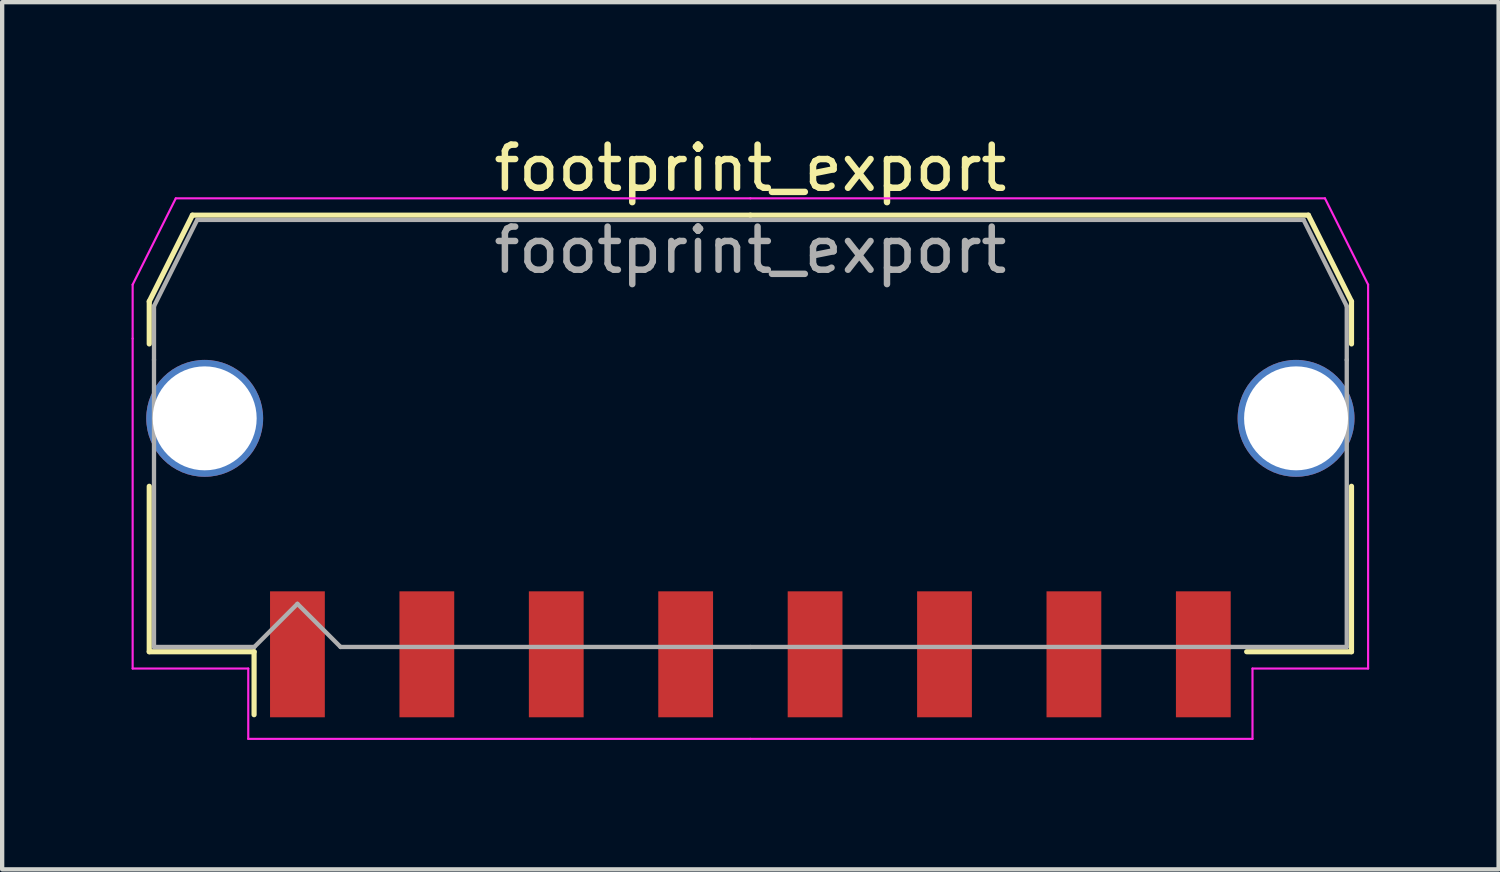
<source format=kicad_pcb>
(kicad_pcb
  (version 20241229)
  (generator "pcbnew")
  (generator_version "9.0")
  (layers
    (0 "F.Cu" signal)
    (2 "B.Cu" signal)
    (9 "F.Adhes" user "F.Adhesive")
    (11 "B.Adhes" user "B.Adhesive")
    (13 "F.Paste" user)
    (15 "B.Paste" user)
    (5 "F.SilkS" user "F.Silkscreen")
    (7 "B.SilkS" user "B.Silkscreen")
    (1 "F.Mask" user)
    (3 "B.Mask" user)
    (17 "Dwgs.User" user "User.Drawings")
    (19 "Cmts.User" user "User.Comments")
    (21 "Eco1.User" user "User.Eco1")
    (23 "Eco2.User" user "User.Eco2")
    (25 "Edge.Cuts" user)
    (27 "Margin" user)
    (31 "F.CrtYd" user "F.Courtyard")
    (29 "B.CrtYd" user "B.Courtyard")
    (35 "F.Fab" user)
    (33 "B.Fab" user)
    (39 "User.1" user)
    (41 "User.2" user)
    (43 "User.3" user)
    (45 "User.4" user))
  (footprint "footprint_export"
    (layer "F.Cu")
    (at 14.345 6.998)
    (property "Reference" "footprint_export" (at 0 -6.15 0) (layer "F.SilkS") (effects (font (size 1 1) (thickness 0.15))))
    (attr smd)
    (fp_line (start -13.935 -3.06) (end -13.935 -2.075) (stroke (width 0.12) (type solid)) (layer "F.SilkS"))
    (fp_line (start -13.935 1.225) (end -13.935 5.06) (stroke (width 0.12) (type solid)) (layer "F.SilkS"))
    (fp_line (start -13.935 5.06) (end -11.505 5.06) (stroke (width 0.12) (type solid)) (layer "F.SilkS"))
    (fp_line (start -12.935 -5.06) (end -13.935 -3.06) (stroke (width 0.12) (type solid)) (layer "F.SilkS"))
    (fp_line (start -11.505 5.06) (end -11.505 6.52) (stroke (width 0.12) (type solid)) (layer "F.SilkS"))
    (fp_line (start 0 -5.06) (end -12.935 -5.06) (stroke (width 0.12) (type solid)) (layer "F.SilkS"))
    (fp_line (start 0 -5.06) (end 12.935 -5.06) (stroke (width 0.12) (type solid)) (layer "F.SilkS"))
    (fp_line (start 12.935 -5.06) (end 13.935 -3.06) (stroke (width 0.12) (type solid)) (layer "F.SilkS"))
    (fp_line (start 13.935 -3.06) (end 13.935 -2.075) (stroke (width 0.12) (type solid)) (layer "F.SilkS"))
    (fp_line (start 13.935 1.225) (end 13.935 5.06) (stroke (width 0.12) (type solid)) (layer "F.SilkS"))
    (fp_line (start 13.935 5.06) (end 11.505 5.06) (stroke (width 0.12) (type solid)) (layer "F.SilkS"))
    (fp_line (start -14.32 -3.45) (end -14.32 -2.2) (stroke (width 0.05) (type solid)) (layer "F.CrtYd"))
    (fp_line (start -14.32 -2.2) (end -14.32 5.45) (stroke (width 0.05) (type solid)) (layer "F.CrtYd"))
    (fp_line (start -14.32 5.45) (end -11.64 5.45) (stroke (width 0.05) (type solid)) (layer "F.CrtYd"))
    (fp_line (start -13.32 -5.45) (end -14.32 -3.45) (stroke (width 0.05) (type solid)) (layer "F.CrtYd"))
    (fp_line (start -11.64 5.45) (end -11.64 7.08) (stroke (width 0.05) (type solid)) (layer "F.CrtYd"))
    (fp_line (start -11.64 7.08) (end 0 7.08) (stroke (width 0.05) (type solid)) (layer "F.CrtYd"))
    (fp_line (start 0 -5.45) (end -13.32 -5.45) (stroke (width 0.05) (type solid)) (layer "F.CrtYd"))
    (fp_line (start 0 -5.45) (end 13.32 -5.45) (stroke (width 0.05) (type solid)) (layer "F.CrtYd"))
    (fp_line (start 11.64 5.45) (end 11.64 7.08) (stroke (width 0.05) (type solid)) (layer "F.CrtYd"))
    (fp_line (start 11.64 7.08) (end 0 7.08) (stroke (width 0.05) (type solid)) (layer "F.CrtYd"))
    (fp_line (start 13.32 -5.45) (end 14.32 -3.45) (stroke (width 0.05) (type solid)) (layer "F.CrtYd"))
    (fp_line (start 14.32 -3.45) (end 14.32 -2.2) (stroke (width 0.05) (type solid)) (layer "F.CrtYd"))
    (fp_line (start 14.32 -2.2) (end 14.32 5.45) (stroke (width 0.05) (type solid)) (layer "F.CrtYd"))
    (fp_line (start 14.32 5.45) (end 11.64 5.45) (stroke (width 0.05) (type solid)) (layer "F.CrtYd"))
    (fp_line (start -13.825 -2.95) (end -13.825 -1.705) (stroke (width 0.1) (type solid)) (layer "F.Fab"))
    (fp_line (start -13.825 -1.705) (end -13.825 4.95) (stroke (width 0.1) (type solid)) (layer "F.Fab"))
    (fp_line (start -13.825 4.95) (end -11.5 4.95) (stroke (width 0.1) (type solid)) (layer "F.Fab"))
    (fp_line (start -12.825 -4.95) (end -13.825 -2.95) (stroke (width 0.1) (type solid)) (layer "F.Fab"))
    (fp_line (start -11.5 4.95) (end -10.5 3.95) (stroke (width 0.1) (type solid)) (layer "F.Fab"))
    (fp_line (start -10.5 3.95) (end -9.5 4.95) (stroke (width 0.1) (type solid)) (layer "F.Fab"))
    (fp_line (start -9.5 4.95) (end 0 4.95) (stroke (width 0.1) (type solid)) (layer "F.Fab"))
    (fp_line (start 0 -4.95) (end -12.825 -4.95) (stroke (width 0.1) (type solid)) (layer "F.Fab"))
    (fp_line (start 0 -4.95) (end 12.825 -4.95) (stroke (width 0.1) (type solid)) (layer "F.Fab"))
    (fp_line (start 11.135 4.95) (end 0 4.95) (stroke (width 0.1) (type solid)) (layer "F.Fab"))
    (fp_line (start 12.825 -4.95) (end 13.825 -2.95) (stroke (width 0.1) (type solid)) (layer "F.Fab"))
    (fp_line (start 13.825 -2.95) (end 13.825 -1.705) (stroke (width 0.1) (type solid)) (layer "F.Fab"))
    (fp_line (start 13.825 -1.705) (end 13.825 4.95) (stroke (width 0.1) (type solid)) (layer "F.Fab"))
    (fp_line (start 13.825 4.95) (end 11.135 4.95) (stroke (width 0.1) (type solid)) (layer "F.Fab"))
    (fp_text user "${REFERENCE}" (at 0 -4.25 0) (layer "F.Fab") (effects (font (size 1 1) (thickness 0.15))))
    (pad "1" smd rect (at -10.5 5.12) (size 1.27 2.92) (layers "F.Cu" "F.Mask" "F.Paste"))
    (pad "2" smd rect (at -7.5 5.12) (size 1.27 2.92) (layers "F.Cu" "F.Mask" "F.Paste"))
    (pad "3" smd rect (at -4.5 5.12) (size 1.27 2.92) (layers "F.Cu" "F.Mask" "F.Paste"))
    (pad "4" smd rect (at -1.5 5.12) (size 1.27 2.92) (layers "F.Cu" "F.Mask" "F.Paste"))
    (pad "5" smd rect (at 1.5 5.12) (size 1.27 2.92) (layers "F.Cu" "F.Mask" "F.Paste"))
    (pad "6" smd rect (at 4.5 5.12) (size 1.27 2.92) (layers "F.Cu" "F.Mask" "F.Paste"))
    (pad "7" smd rect (at 7.5 5.12) (size 1.27 2.92) (layers "F.Cu" "F.Mask" "F.Paste"))
    (pad "8" smd rect (at 10.5 5.12) (size 1.27 2.92) (layers "F.Cu" "F.Mask" "F.Paste"))
    (pad "MP" thru_hole circle (at -12.65 -0.35) (size 2.71 2.71) (drill 2.41) (layers "*.Cu" "*.Mask"))
    (pad "MP" thru_hole circle (at 12.65 -0.35) (size 2.71 2.71) (drill 2.41) (layers "*.Cu" "*.Mask")))
  (gr_rect
    (start -3 -3)
    (end 31.69 17.103)
    (stroke (width 0.1) (type default))
    (fill no)
    (layer "Edge.Cuts")))
</source>
